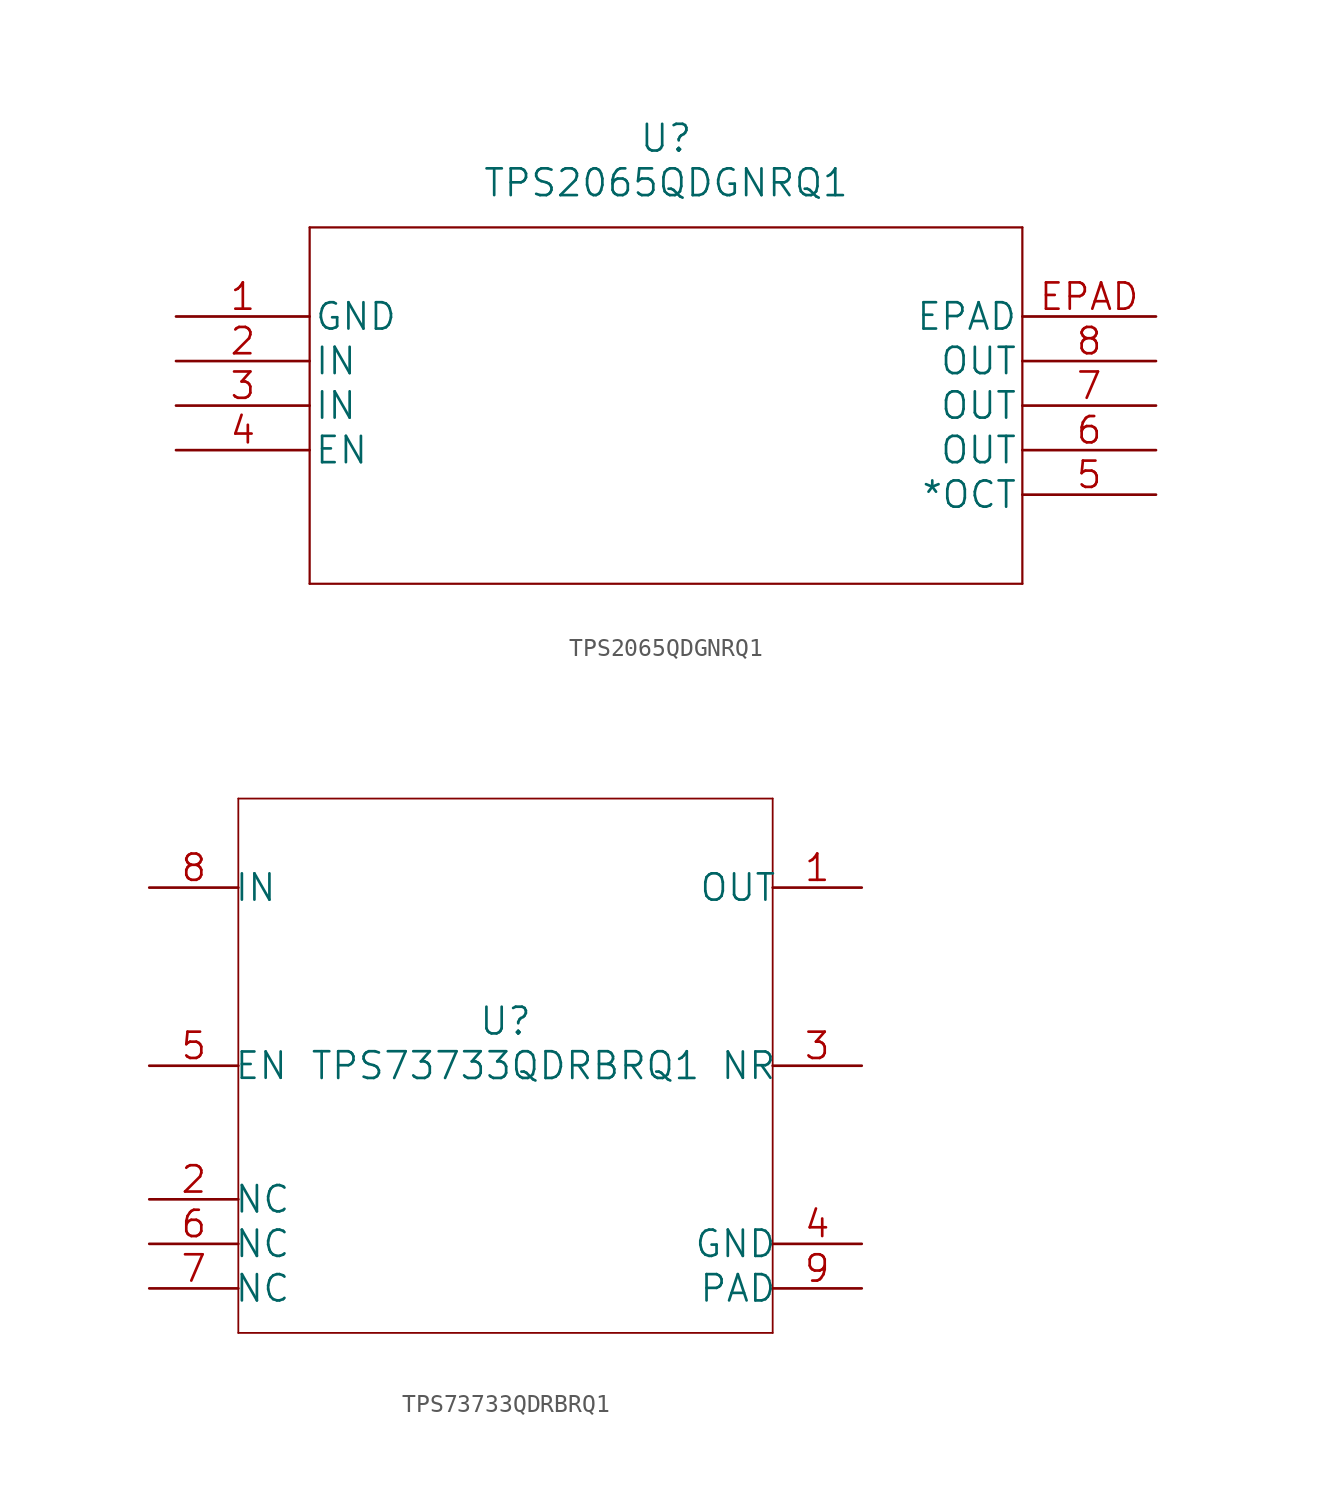
<source format=kicad_sym>
(kicad_symbol_lib
  (version 20220914)
  (generator kicad_symbol_editor)
  (symbol "TPS2065QDGNRQ1"
    (pin_names
      (offset 0.254))
    (property "Reference" "U"
      (at 27.94 10.16 0)
      (effects (font (size 1.524 1.524))))
    (property "Value" "TPS2065QDGNRQ1"
      (at 27.94 7.62 0)
      (effects (font (size 1.524 1.524))))
    (property "Datasheet" ""
      (at 0 0 0)
      (effects (font (size 1.524 1.524))))
    (property "ki_locked" ""
      (at 0 0 0)
      (effects (font (size 1.27 1.27))))
    (symbol "TPS2065QDGNRQ1_1_1"
      (polyline (pts (xy 7.62 -15.24) (xy 48.26 -15.24)) (stroke (width 0.127) (type solid)) (fill (type none)))
      (polyline (pts (xy 7.62 5.08) (xy 7.62 -15.24)) (stroke (width 0.127) (type solid)) (fill (type none)))
      (polyline (pts (xy 48.26 -15.24) (xy 48.26 5.08)) (stroke (width 0.127) (type solid)) (fill (type none)))
      (polyline (pts (xy 48.26 5.08) (xy 7.62 5.08)) (stroke (width 0.127) (type solid)) (fill (type none)))
      (pin power_in line (at 0 0 0) (length 7.62) (name "GND" (effects (font (size 1.499 1.499)))) (number "1" (effects (font (size 1.499 1.499)))))
      (pin input line (at 0 -2.54 0) (length 7.62) (name "IN" (effects (font (size 1.499 1.499)))) (number "2" (effects (font (size 1.499 1.499)))))
      (pin input line (at 0 -5.08 0) (length 7.62) (name "IN" (effects (font (size 1.499 1.499)))) (number "3" (effects (font (size 1.499 1.499)))))
      (pin unspecified line (at 0 -7.62 0) (length 7.62) (name "EN" (effects (font (size 1.499 1.499)))) (number "4" (effects (font (size 1.499 1.499)))))
      (pin unspecified line (at 55.88 -10.16 180) (length 7.62) (name "*OCT" (effects (font (size 1.499 1.499)))) (number "5" (effects (font (size 1.499 1.499)))))
      (pin output line (at 55.88 -7.62 180) (length 7.62) (name "OUT" (effects (font (size 1.499 1.499)))) (number "6" (effects (font (size 1.499 1.499)))))
      (pin output line (at 55.88 -5.08 180) (length 7.62) (name "OUT" (effects (font (size 1.499 1.499)))) (number "7" (effects (font (size 1.499 1.499)))))
      (pin output line (at 55.88 -2.54 180) (length 7.62) (name "OUT" (effects (font (size 1.499 1.499)))) (number "8" (effects (font (size 1.499 1.499)))))
      (pin unspecified line (at 55.88 0 180) (length 7.62) (name "EPAD" (effects (font (size 1.499 1.499)))) (number "EPAD" (effects (font (size 1.499 1.499)))))))
  (symbol "TPS73733QDRBRQ1"
    (pin_names
      (offset -0.254))
    (property "Reference" "U"
      (at 0 2.54 0)
      (effects (font (size 1.524 1.524))))
    (property "Value" "TPS73733QDRBRQ1"
      (at 0 0 0)
      (effects (font (size 1.524 1.524))))
    (property "Datasheet" ""
      (at 0 0 0)
      (effects (font (size 1.524 1.524))))
    (property "ki_locked" ""
      (at 0 0 0)
      (effects (font (size 1.27 1.27))))
    (symbol "TPS73733QDRBRQ1_1_1"
      (polyline (pts (xy -15.24 -15.24) (xy 15.24 -15.24)) (stroke (width 0.102) (type solid)) (fill (type none)))
      (polyline (pts (xy -15.24 15.24) (xy -15.24 -15.24)) (stroke (width 0.102) (type solid)) (fill (type none)))
      (polyline (pts (xy 15.24 -15.24) (xy 15.24 15.24)) (stroke (width 0.102) (type solid)) (fill (type none)))
      (polyline (pts (xy 15.24 15.24) (xy -15.24 15.24)) (stroke (width 0.102) (type solid)) (fill (type none)))
      (pin power_in line (at 20.32 10.16 180) (length 5.08) (name "OUT" (effects (font (size 1.499 1.499)))) (number "1" (effects (font (size 1.499 1.499)))))
      (pin unspecified line (at -20.32 -7.62 0) (length 5.08) (name "NC" (effects (font (size 1.499 1.499)))) (number "2" (effects (font (size 1.499 1.499)))))
      (pin input line (at 20.32 0 180) (length 5.08) (name "NR" (effects (font (size 1.499 1.499)))) (number "3" (effects (font (size 1.499 1.499)))))
      (pin power_in line (at 20.32 -10.16 180) (length 5.08) (name "GND" (effects (font (size 1.499 1.499)))) (number "4" (effects (font (size 1.499 1.499)))))
      (pin input line (at -20.32 0 0) (length 5.08) (name "EN" (effects (font (size 1.499 1.499)))) (number "5" (effects (font (size 1.499 1.499)))))
      (pin unspecified line (at -20.32 -10.16 0) (length 5.08) (name "NC" (effects (font (size 1.499 1.499)))) (number "6" (effects (font (size 1.499 1.499)))))
      (pin unspecified line (at -20.32 -12.7 0) (length 5.08) (name "NC" (effects (font (size 1.499 1.499)))) (number "7" (effects (font (size 1.499 1.499)))))
      (pin power_in line (at -20.32 10.16 0) (length 5.08) (name "IN" (effects (font (size 1.499 1.499)))) (number "8" (effects (font (size 1.499 1.499)))))
      (pin power_in line (at 20.32 -12.7 180) (length 5.08) (name "PAD" (effects (font (size 1.499 1.499)))) (number "9" (effects (font (size 1.499 1.499))))))))
</source>
